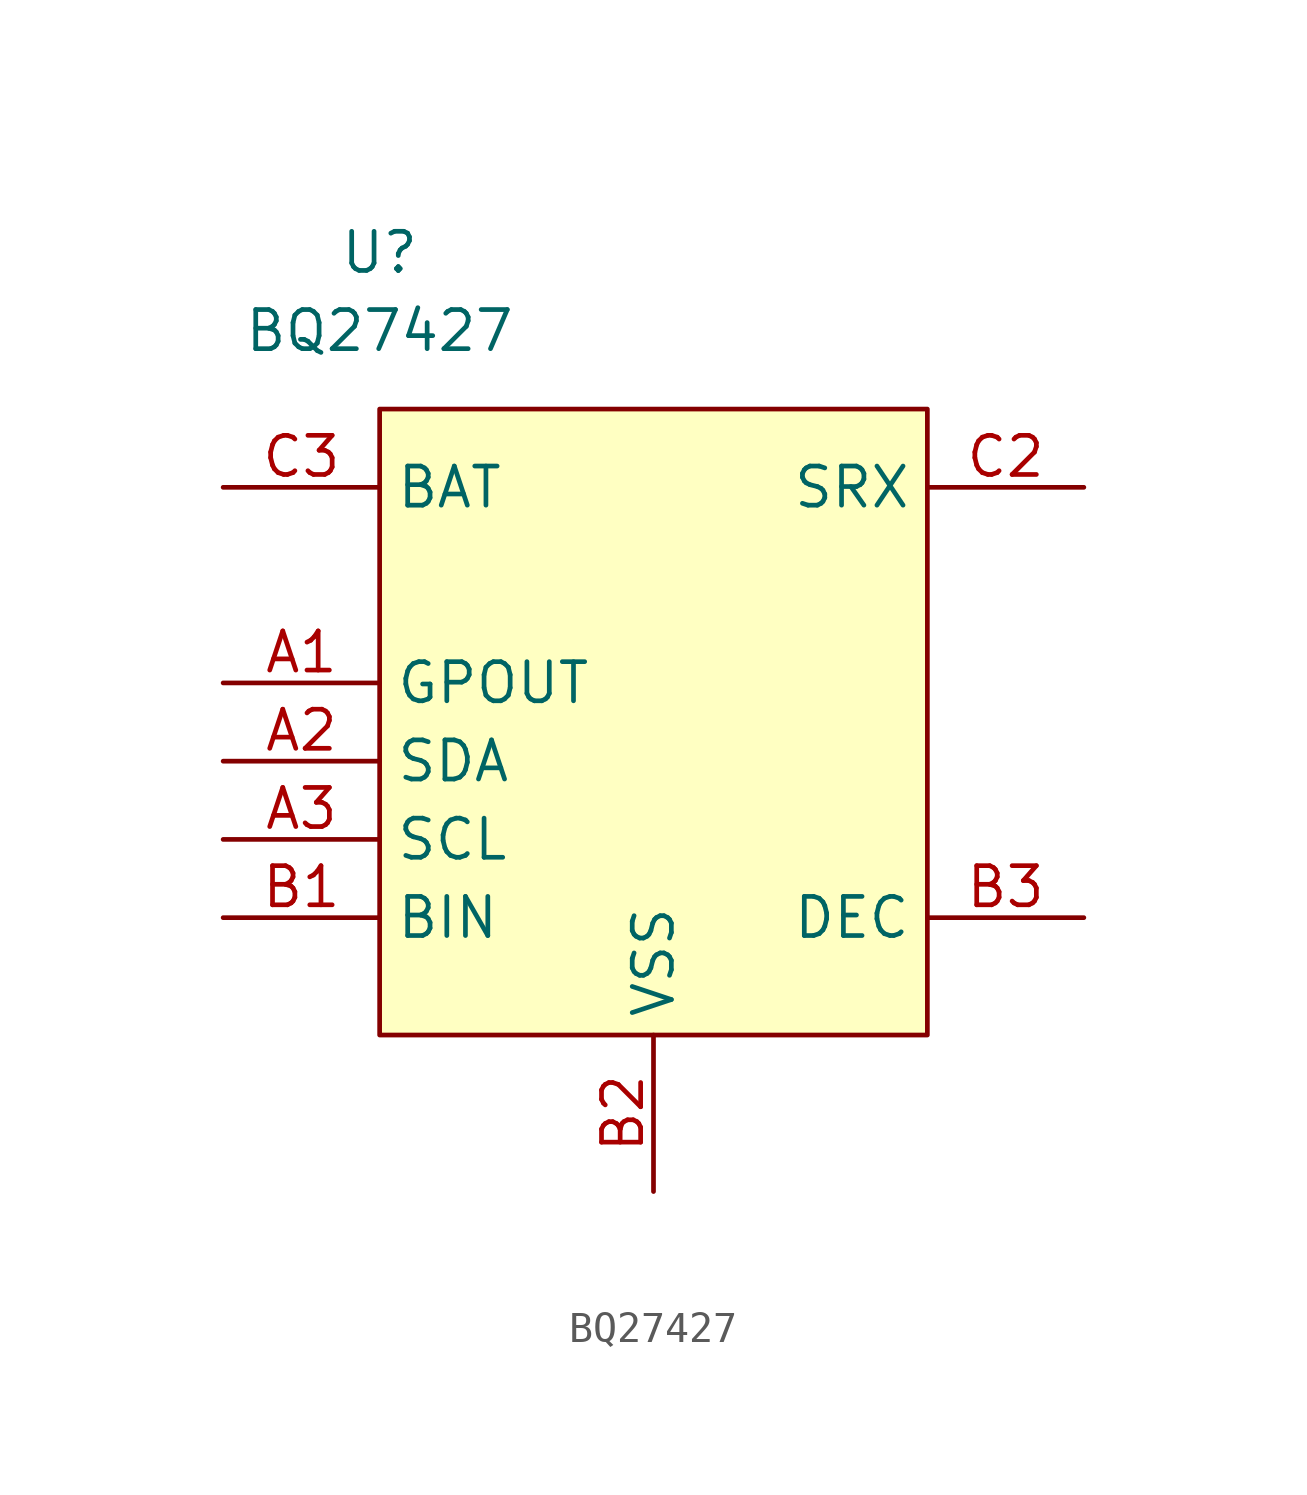
<source format=kicad_sym>
(kicad_symbol_lib
  (version 20211014)
  (generator kicad_symbol_editor)
  (symbol "BQ27427"
    (property "Reference" "U"
      (at 0 0 0)
      (effects (font (size 1.27 1.27))))
    (property "Value" "BQ27427"
      (at 0 -2.54 0)
      (effects (font (size 1.27 1.27))))
    (symbol "BQ27427_0_1"
      (rectangle (start 0 -5.08) (end 17.78 -25.4) (stroke (width 0) (type default) (color 0 0 0 0)) (fill (type background))))
    (symbol "BQ27427_1_1"
      (pin output line (at -5.08 -13.97 0) (length 5.08) (name "GPOUT" (effects (font (size 1.27 1.27)))) (number "A1" (effects (font (size 1.27 1.27)))))
      (pin open_collector line (at -5.08 -16.51 0) (length 5.08) (name "SDA" (effects (font (size 1.27 1.27)))) (number "A2" (effects (font (size 1.27 1.27)))))
      (pin open_collector line (at -5.08 -19.05 0) (length 5.08) (name "SCL" (effects (font (size 1.27 1.27)))) (number "A3" (effects (font (size 1.27 1.27)))))
      (pin input line (at -5.08 -21.59 0) (length 5.08) (name "BIN" (effects (font (size 1.27 1.27)))) (number "B1" (effects (font (size 1.27 1.27)))))
      (pin passive line (at 8.89 -30.48 90) (length 5.08) (name "VSS" (effects (font (size 1.27 1.27)))) (number "B2" (effects (font (size 1.27 1.27)))))
      (pin power_out line (at 22.86 -21.59 180) (length 5.08) (name "DEC" (effects (font (size 1.27 1.27)))) (number "B3" (effects (font (size 1.27 1.27)))))
      (pin passive line (at 8.89 -30.48 90) (length 5.08) hide (name "VSS" (effects (font (size 1.27 1.27)))) (number "C1" (effects (font (size 1.27 1.27)))))
      (pin power_out line (at 22.86 -7.62 180) (length 5.08) (name "SRX" (effects (font (size 1.27 1.27)))) (number "C2" (effects (font (size 1.27 1.27)))))
      (pin power_in line (at -5.08 -7.62 0) (length 5.08) (name "BAT" (effects (font (size 1.27 1.27)))) (number "C3" (effects (font (size 1.27 1.27))))))))
</source>
